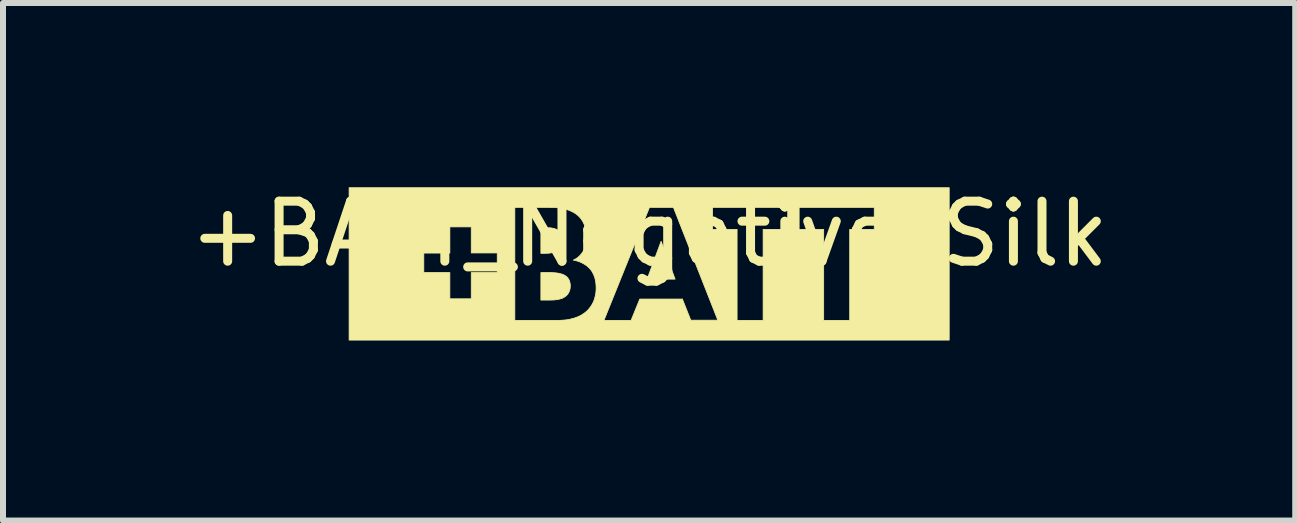
<source format=kicad_pcb>
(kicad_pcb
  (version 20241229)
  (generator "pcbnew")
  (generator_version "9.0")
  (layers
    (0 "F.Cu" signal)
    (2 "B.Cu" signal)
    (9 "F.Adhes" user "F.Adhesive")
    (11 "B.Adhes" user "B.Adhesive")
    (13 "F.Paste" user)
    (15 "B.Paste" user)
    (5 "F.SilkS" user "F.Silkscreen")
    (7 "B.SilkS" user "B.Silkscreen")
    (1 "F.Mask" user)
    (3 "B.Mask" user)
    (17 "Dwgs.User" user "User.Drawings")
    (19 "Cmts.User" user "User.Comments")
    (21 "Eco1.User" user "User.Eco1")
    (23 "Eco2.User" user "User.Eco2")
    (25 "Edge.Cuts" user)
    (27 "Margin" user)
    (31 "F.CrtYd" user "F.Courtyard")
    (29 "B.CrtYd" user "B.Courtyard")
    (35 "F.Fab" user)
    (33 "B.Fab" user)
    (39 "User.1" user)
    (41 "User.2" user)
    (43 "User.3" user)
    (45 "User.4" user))
  (footprint "+BATT_Negative_Silk"
    (layer "F.Cu")
    (at 7.768 1.348)
    (property "Reference" "+BATT_Negative_Silk" (at 0 -0.5 0) (unlocked yes) (layer "F.SilkS") (effects (font (size 1 1) (thickness 0.15))))
    (fp_poly (pts (xy 0.433 0.254) (xy -0.033 0.254) (xy 0.2 -0.377)) (stroke (width 0.013) (type solid)) (fill yes) (layer "F.SilkS"))
    (fp_poly (pts (xy -1.648 0.145) (xy -1.609 0.146) (xy -1.588 0.147) (xy -1.567 0.148) (xy -1.546 0.151) (xy -1.525 0.153) (xy -1.503 0.157) (xy -1.483 0.162) (xy -1.462 0.168) (xy -1.442 0.174) (xy -1.423 0.182) (xy -1.405 0.192) (xy -1.397 0.197) (xy -1.389 0.203) (xy -1.381 0.209) (xy -1.373 0.215) (xy -1.368 0.22) (xy -1.363 0.226) (xy -1.357 0.232) (xy -1.352 0.238) (xy -1.347 0.246) (xy -1.342 0.254) (xy -1.337 0.262) (xy -1.333 0.271) (xy -1.329 0.281) (xy -1.325 0.291) (xy -1.322 0.302) (xy -1.319 0.314) (xy -1.317 0.326) (xy -1.315 0.339) (xy -1.314 0.353) (xy -1.313 0.367) (xy -1.314 0.379) (xy -1.315 0.392) (xy -1.316 0.403) (xy -1.318 0.415) (xy -1.32 0.426) (xy -1.323 0.437) (xy -1.327 0.448) (xy -1.331 0.458) (xy -1.335 0.468) (xy -1.34 0.478) (xy -1.345 0.487) (xy -1.351 0.495) (xy -1.357 0.504) (xy -1.363 0.511) (xy -1.37 0.519) (xy -1.377 0.526) (xy -1.384 0.533) (xy -1.392 0.539) (xy -1.4 0.545) (xy -1.409 0.551) (xy -1.426 0.562) (xy -1.444 0.571) (xy -1.464 0.578) (xy -1.484 0.584) (xy -1.504 0.589) (xy -1.526 0.594) (xy -1.547 0.597) (xy -1.569 0.599) (xy -1.591 0.601) (xy -1.613 0.602) (xy -1.656 0.603) (xy -1.698 0.603) (xy -1.804 0.603) (xy -1.804 0.145) (xy -1.684 0.145)) (stroke (width 0.013) (type solid)) (fill yes) (layer "F.SilkS"))
    (fp_poly (pts (xy -1.707 -0.603) (xy -1.678 -0.602) (xy -1.663 -0.602) (xy -1.648 -0.601) (xy -1.633 -0.599) (xy -1.619 -0.597) (xy -1.604 -0.594) (xy -1.59 -0.591) (xy -1.576 -0.587) (xy -1.562 -0.582) (xy -1.549 -0.577) (xy -1.536 -0.57) (xy -1.523 -0.563) (xy -1.517 -0.558) (xy -1.511 -0.554) (xy -1.504 -0.549) (xy -1.498 -0.543) (xy -1.491 -0.537) (xy -1.485 -0.53) (xy -1.478 -0.522) (xy -1.472 -0.514) (xy -1.466 -0.505) (xy -1.461 -0.496) (xy -1.456 -0.485) (xy -1.451 -0.474) (xy -1.447 -0.463) (xy -1.444 -0.451) (xy -1.441 -0.438) (xy -1.439 -0.424) (xy -1.437 -0.41) (xy -1.437 -0.395) (xy -1.437 -0.388) (xy -1.437 -0.38) (xy -1.438 -0.373) (xy -1.439 -0.366) (xy -1.44 -0.359) (xy -1.441 -0.352) (xy -1.442 -0.345) (xy -1.444 -0.339) (xy -1.445 -0.333) (xy -1.447 -0.326) (xy -1.449 -0.32) (xy -1.451 -0.314) (xy -1.454 -0.309) (xy -1.456 -0.303) (xy -1.459 -0.298) (xy -1.461 -0.292) (xy -1.467 -0.282) (xy -1.473 -0.273) (xy -1.479 -0.264) (xy -1.486 -0.256) (xy -1.493 -0.248) (xy -1.5 -0.241) (xy -1.507 -0.235) (xy -1.515 -0.229) (xy -1.526 -0.221) (xy -1.539 -0.214) (xy -1.552 -0.207) (xy -1.566 -0.202) (xy -1.58 -0.197) (xy -1.594 -0.192) (xy -1.609 -0.189) (xy -1.624 -0.186) (xy -1.639 -0.183) (xy -1.654 -0.181) (xy -1.668 -0.179) (xy -1.682 -0.178) (xy -1.709 -0.177) (xy -1.733 -0.176) (xy -1.804 -0.176) (xy -1.804 -0.603) (xy -1.737 -0.603)) (stroke (width 0.013) (type solid)) (fill yes) (layer "F.SilkS"))
    (fp_poly (pts (xy 5.001 1.27) (xy -5 1.27) (xy -5 0.942) (xy -0.753 0.942) (xy -0.301 0.942) (xy -0.156 0.586) (xy 0.553 0.586) (xy 0.553 0.582) (xy 0.694 0.938) (xy 1.145 0.938) (xy 0.549 -0.575) (xy 1.057 -0.575) (xy 1.466 -0.575) (xy 1.466 0.942) (xy 1.9 0.942) (xy 1.9 -0.575) (xy 2.31 -0.575) (xy 2.5 -0.575) (xy 2.909 -0.575) (xy 2.909 0.942) (xy 3.343 0.942) (xy 3.343 -0.575) (xy 3.752 -0.575) (xy 3.752 -0.942) (xy 2.5 -0.942) (xy 2.5 -0.575) (xy 2.31 -0.575) (xy 2.31 -0.942) (xy 1.057 -0.942) (xy 1.057 -0.575) (xy 0.549 -0.575) (xy 0.405 -0.942) (xy 0.006 -0.942) (xy -0.753 0.942) (xy -5 0.942) (xy -2.238 0.942) (xy -1.529 0.942) (xy -1.48 0.941) (xy -1.424 0.937) (xy -1.393 0.934) (xy -1.361 0.93) (xy -1.328 0.924) (xy -1.295 0.916) (xy -1.26 0.907) (xy -1.226 0.896) (xy -1.192 0.883) (xy -1.158 0.868) (xy -1.125 0.85) (xy -1.092 0.829) (xy -1.077 0.818) (xy -1.061 0.806) (xy -1.046 0.793) (xy -1.031 0.78) (xy -1.017 0.765) (xy -1.004 0.75) (xy -0.99 0.733) (xy -0.977 0.716) (xy -0.964 0.697) (xy -0.952 0.677) (xy -0.94 0.655) (xy -0.929 0.633) (xy -0.919 0.609) (xy -0.91 0.583) (xy -0.903 0.556) (xy -0.896 0.528) (xy -0.89 0.498) (xy -0.886 0.467) (xy -0.884 0.433) (xy -0.883 0.399) (xy -0.884 0.368) (xy -0.886 0.339) (xy -0.889 0.312) (xy -0.893 0.285) (xy -0.898 0.26) (xy -0.904 0.236) (xy -0.911 0.214) (xy -0.919 0.193) (xy -0.928 0.173) (xy -0.937 0.154) (xy -0.947 0.136) (xy -0.957 0.119) (xy -0.968 0.104) (xy -0.98 0.089) (xy -0.991 0.076) (xy -1.003 0.064) (xy -1.017 0.051) (xy -1.031 0.039) (xy -1.045 0.028) (xy -1.061 0.017) (xy -1.076 0.007) (xy -1.092 -0.002) (xy -1.109 -0.011) (xy -1.126 -0.02) (xy -1.143 -0.028) (xy -1.16 -0.035) (xy -1.177 -0.041) (xy -1.195 -0.047) (xy -1.212 -0.052) (xy -1.229 -0.057) (xy -1.247 -0.06) (xy -1.264 -0.064) (xy -1.255 -0.067) (xy -1.246 -0.071) (xy -1.237 -0.076) (xy -1.227 -0.082) (xy -1.217 -0.088) (xy -1.207 -0.094) (xy -1.196 -0.102) (xy -1.186 -0.11) (xy -1.176 -0.119) (xy -1.165 -0.128) (xy -1.155 -0.138) (xy -1.145 -0.149) (xy -1.134 -0.161) (xy -1.124 -0.174) (xy -1.115 -0.187) (xy -1.105 -0.201) (xy -1.096 -0.216) (xy -1.087 -0.232) (xy -1.08 -0.247) (xy -1.073 -0.262) (xy -1.067 -0.278) (xy -1.062 -0.293) (xy -1.058 -0.308) (xy -1.054 -0.324) (xy -1.051 -0.339) (xy -1.048 -0.354) (xy -1.046 -0.369) (xy -1.044 -0.384) (xy -1.043 -0.398) (xy -1.042 -0.413) (xy -1.042 -0.441) (xy -1.043 -0.475) (xy -1.044 -0.494) (xy -1.046 -0.515) (xy -1.049 -0.536) (xy -1.053 -0.559) (xy -1.058 -0.582) (xy -1.064 -0.606) (xy -1.072 -0.63) (xy -1.081 -0.655) (xy -1.092 -0.679) (xy -1.104 -0.704) (xy -1.119 -0.728) (xy -1.136 -0.752) (xy -1.145 -0.764) (xy -1.155 -0.775) (xy -1.165 -0.786) (xy -1.176 -0.797) (xy -1.19 -0.81) (xy -1.205 -0.822) (xy -1.22 -0.833) (xy -1.235 -0.843) (xy -1.25 -0.853) (xy -1.266 -0.862) (xy -1.299 -0.878) (xy -1.332 -0.892) (xy -1.366 -0.904) (xy -1.4 -0.913) (xy -1.433 -0.921) (xy -1.466 -0.928) (xy -1.498 -0.932) (xy -1.529 -0.936) (xy -1.558 -0.939) (xy -1.612 -0.941) (xy -1.656 -0.942) (xy -2.238 -0.942) (xy -2.238 0.942) (xy -5 0.942) (xy -5 0.145) (xy -3.755 0.145) (xy -3.321 0.145) (xy -3.321 0.582) (xy -2.964 0.582) (xy -2.964 0.145) (xy -2.531 0.145) (xy -2.531 -0.183) (xy -2.964 -0.183) (xy -2.964 -0.617) (xy -3.321 -0.617) (xy -3.321 -0.18) (xy -3.755 -0.18) (xy -3.755 0.145) (xy -5 0.145) (xy -5 -0.18) (xy -3.755 -0.18) (xy -3.755 -0.183) (xy -3.755 -0.18) (xy -5 -0.18) (xy -5 -1.27) (xy 5.001 -1.27)) (stroke (width 0.013) (type solid)) (fill yes) (layer "F.SilkS")))
  (gr_rect
    (start -3 -3)
    (end 18.536 5.625)
    (stroke (width 0.1) (type default))
    (fill no)
    (layer "Edge.Cuts")))
</source>
